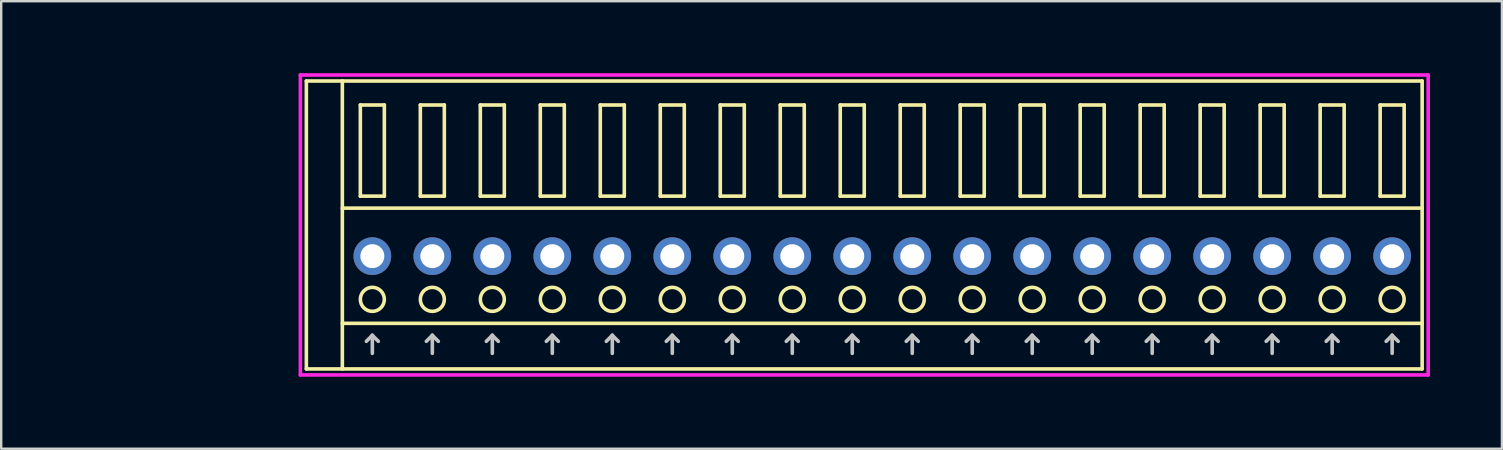
<source format=kicad_pcb>
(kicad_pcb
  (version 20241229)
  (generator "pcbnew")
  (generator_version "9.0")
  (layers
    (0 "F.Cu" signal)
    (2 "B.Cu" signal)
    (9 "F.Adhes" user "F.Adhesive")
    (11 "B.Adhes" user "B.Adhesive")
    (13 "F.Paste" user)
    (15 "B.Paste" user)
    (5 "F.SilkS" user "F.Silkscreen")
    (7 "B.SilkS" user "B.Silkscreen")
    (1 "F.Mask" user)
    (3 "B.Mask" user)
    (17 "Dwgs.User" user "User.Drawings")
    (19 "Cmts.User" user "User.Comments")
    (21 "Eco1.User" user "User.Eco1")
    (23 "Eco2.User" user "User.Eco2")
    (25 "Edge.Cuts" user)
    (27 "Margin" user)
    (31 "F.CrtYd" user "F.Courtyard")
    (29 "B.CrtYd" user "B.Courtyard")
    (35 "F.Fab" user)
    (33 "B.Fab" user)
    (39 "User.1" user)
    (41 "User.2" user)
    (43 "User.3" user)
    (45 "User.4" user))
  (footprint "COMBICON_HDR250P18"
    (layer "F.Cu")
    (at 33.717 7.625)
    (property "Reference" "COMBICON_HDR250P18" (at -25 0 0) (layer "User.1") (effects (font (size 1 1) (thickness 0.1))))
    (attr through_hole)
    (fp_line (start -24 -7.3) (end -24 4.7) (stroke (width 0.15) (type solid)) (layer "F.SilkS"))
    (fp_line (start -24 4.7) (end 22.5 4.7) (stroke (width 0.15) (type solid)) (layer "F.SilkS"))
    (fp_line (start -22.5 -2) (end 22.5 -2) (stroke (width 0.15) (type solid)) (layer "F.SilkS"))
    (fp_line (start -22.5 2.8) (end 22.5 2.8) (stroke (width 0.15) (type solid)) (layer "F.SilkS"))
    (fp_line (start -22.5 4.7) (end -22.5 -7.3) (stroke (width 0.15) (type solid)) (layer "F.SilkS"))
    (fp_line (start -21.75 -6.3) (end -21.75 -2.5) (stroke (width 0.15) (type solid)) (layer "F.SilkS"))
    (fp_line (start -21.75 -2.5) (end -20.75 -2.5) (stroke (width 0.15) (type solid)) (layer "F.SilkS"))
    (fp_line (start -20.75 -6.3) (end -21.75 -6.3) (stroke (width 0.15) (type solid)) (layer "F.SilkS"))
    (fp_line (start -20.75 -2.5) (end -20.75 -6.3) (stroke (width 0.15) (type solid)) (layer "F.SilkS"))
    (fp_line (start -19.25 -6.3) (end -19.25 -2.5) (stroke (width 0.15) (type solid)) (layer "F.SilkS"))
    (fp_line (start -19.25 -2.5) (end -18.25 -2.5) (stroke (width 0.15) (type solid)) (layer "F.SilkS"))
    (fp_line (start -18.25 -6.3) (end -19.25 -6.3) (stroke (width 0.15) (type solid)) (layer "F.SilkS"))
    (fp_line (start -18.25 -2.5) (end -18.25 -6.3) (stroke (width 0.15) (type solid)) (layer "F.SilkS"))
    (fp_line (start -16.75 -6.3) (end -16.75 -2.5) (stroke (width 0.15) (type solid)) (layer "F.SilkS"))
    (fp_line (start -16.75 -2.5) (end -15.75 -2.5) (stroke (width 0.15) (type solid)) (layer "F.SilkS"))
    (fp_line (start -15.75 -6.3) (end -16.75 -6.3) (stroke (width 0.15) (type solid)) (layer "F.SilkS"))
    (fp_line (start -15.75 -2.5) (end -15.75 -6.3) (stroke (width 0.15) (type solid)) (layer "F.SilkS"))
    (fp_line (start -14.25 -6.3) (end -14.25 -2.5) (stroke (width 0.15) (type solid)) (layer "F.SilkS"))
    (fp_line (start -14.25 -2.5) (end -13.25 -2.5) (stroke (width 0.15) (type solid)) (layer "F.SilkS"))
    (fp_line (start -13.25 -6.3) (end -14.25 -6.3) (stroke (width 0.15) (type solid)) (layer "F.SilkS"))
    (fp_line (start -13.25 -2.5) (end -13.25 -6.3) (stroke (width 0.15) (type solid)) (layer "F.SilkS"))
    (fp_line (start -11.75 -6.3) (end -11.75 -2.5) (stroke (width 0.15) (type solid)) (layer "F.SilkS"))
    (fp_line (start -11.75 -2.5) (end -10.75 -2.5) (stroke (width 0.15) (type solid)) (layer "F.SilkS"))
    (fp_line (start -10.75 -6.3) (end -11.75 -6.3) (stroke (width 0.15) (type solid)) (layer "F.SilkS"))
    (fp_line (start -10.75 -2.5) (end -10.75 -6.3) (stroke (width 0.15) (type solid)) (layer "F.SilkS"))
    (fp_line (start -9.25 -6.3) (end -9.25 -2.5) (stroke (width 0.15) (type solid)) (layer "F.SilkS"))
    (fp_line (start -9.25 -2.5) (end -8.25 -2.5) (stroke (width 0.15) (type solid)) (layer "F.SilkS"))
    (fp_line (start -8.25 -6.3) (end -9.25 -6.3) (stroke (width 0.15) (type solid)) (layer "F.SilkS"))
    (fp_line (start -8.25 -2.5) (end -8.25 -6.3) (stroke (width 0.15) (type solid)) (layer "F.SilkS"))
    (fp_line (start -6.75 -6.3) (end -6.75 -2.5) (stroke (width 0.15) (type solid)) (layer "F.SilkS"))
    (fp_line (start -6.75 -2.5) (end -5.75 -2.5) (stroke (width 0.15) (type solid)) (layer "F.SilkS"))
    (fp_line (start -5.75 -6.3) (end -6.75 -6.3) (stroke (width 0.15) (type solid)) (layer "F.SilkS"))
    (fp_line (start -5.75 -2.5) (end -5.75 -6.3) (stroke (width 0.15) (type solid)) (layer "F.SilkS"))
    (fp_line (start -4.25 -6.3) (end -4.25 -2.5) (stroke (width 0.15) (type solid)) (layer "F.SilkS"))
    (fp_line (start -4.25 -2.5) (end -3.25 -2.5) (stroke (width 0.15) (type solid)) (layer "F.SilkS"))
    (fp_line (start -3.25 -6.3) (end -4.25 -6.3) (stroke (width 0.15) (type solid)) (layer "F.SilkS"))
    (fp_line (start -3.25 -2.5) (end -3.25 -6.3) (stroke (width 0.15) (type solid)) (layer "F.SilkS"))
    (fp_line (start -1.75 -6.3) (end -1.75 -2.5) (stroke (width 0.15) (type solid)) (layer "F.SilkS"))
    (fp_line (start -1.75 -2.5) (end -0.75 -2.5) (stroke (width 0.15) (type solid)) (layer "F.SilkS"))
    (fp_line (start -0.75 -6.3) (end -1.75 -6.3) (stroke (width 0.15) (type solid)) (layer "F.SilkS"))
    (fp_line (start -0.75 -2.5) (end -0.75 -6.3) (stroke (width 0.15) (type solid)) (layer "F.SilkS"))
    (fp_line (start 0.75 -6.3) (end 0.75 -2.5) (stroke (width 0.15) (type solid)) (layer "F.SilkS"))
    (fp_line (start 0.75 -2.5) (end 1.75 -2.5) (stroke (width 0.15) (type solid)) (layer "F.SilkS"))
    (fp_line (start 1.75 -6.3) (end 0.75 -6.3) (stroke (width 0.15) (type solid)) (layer "F.SilkS"))
    (fp_line (start 1.75 -2.5) (end 1.75 -6.3) (stroke (width 0.15) (type solid)) (layer "F.SilkS"))
    (fp_line (start 3.25 -6.3) (end 3.25 -2.5) (stroke (width 0.15) (type solid)) (layer "F.SilkS"))
    (fp_line (start 3.25 -2.5) (end 4.25 -2.5) (stroke (width 0.15) (type solid)) (layer "F.SilkS"))
    (fp_line (start 4.25 -6.3) (end 3.25 -6.3) (stroke (width 0.15) (type solid)) (layer "F.SilkS"))
    (fp_line (start 4.25 -2.5) (end 4.25 -6.3) (stroke (width 0.15) (type solid)) (layer "F.SilkS"))
    (fp_line (start 5.75 -6.3) (end 5.75 -2.5) (stroke (width 0.15) (type solid)) (layer "F.SilkS"))
    (fp_line (start 5.75 -2.5) (end 6.75 -2.5) (stroke (width 0.15) (type solid)) (layer "F.SilkS"))
    (fp_line (start 6.75 -6.3) (end 5.75 -6.3) (stroke (width 0.15) (type solid)) (layer "F.SilkS"))
    (fp_line (start 6.75 -2.5) (end 6.75 -6.3) (stroke (width 0.15) (type solid)) (layer "F.SilkS"))
    (fp_line (start 8.25 -6.3) (end 8.25 -2.5) (stroke (width 0.15) (type solid)) (layer "F.SilkS"))
    (fp_line (start 8.25 -2.5) (end 9.25 -2.5) (stroke (width 0.15) (type solid)) (layer "F.SilkS"))
    (fp_line (start 9.25 -6.3) (end 8.25 -6.3) (stroke (width 0.15) (type solid)) (layer "F.SilkS"))
    (fp_line (start 9.25 -2.5) (end 9.25 -6.3) (stroke (width 0.15) (type solid)) (layer "F.SilkS"))
    (fp_line (start 10.75 -6.3) (end 10.75 -2.5) (stroke (width 0.15) (type solid)) (layer "F.SilkS"))
    (fp_line (start 10.75 -2.5) (end 11.75 -2.5) (stroke (width 0.15) (type solid)) (layer "F.SilkS"))
    (fp_line (start 11.75 -6.3) (end 10.75 -6.3) (stroke (width 0.15) (type solid)) (layer "F.SilkS"))
    (fp_line (start 11.75 -2.5) (end 11.75 -6.3) (stroke (width 0.15) (type solid)) (layer "F.SilkS"))
    (fp_line (start 13.25 -6.3) (end 13.25 -2.5) (stroke (width 0.15) (type solid)) (layer "F.SilkS"))
    (fp_line (start 13.25 -2.5) (end 14.25 -2.5) (stroke (width 0.15) (type solid)) (layer "F.SilkS"))
    (fp_line (start 14.25 -6.3) (end 13.25 -6.3) (stroke (width 0.15) (type solid)) (layer "F.SilkS"))
    (fp_line (start 14.25 -2.5) (end 14.25 -6.3) (stroke (width 0.15) (type solid)) (layer "F.SilkS"))
    (fp_line (start 15.75 -6.3) (end 15.75 -2.5) (stroke (width 0.15) (type solid)) (layer "F.SilkS"))
    (fp_line (start 15.75 -2.5) (end 16.75 -2.5) (stroke (width 0.15) (type solid)) (layer "F.SilkS"))
    (fp_line (start 16.75 -6.3) (end 15.75 -6.3) (stroke (width 0.15) (type solid)) (layer "F.SilkS"))
    (fp_line (start 16.75 -2.5) (end 16.75 -6.3) (stroke (width 0.15) (type solid)) (layer "F.SilkS"))
    (fp_line (start 18.25 -6.3) (end 18.25 -2.5) (stroke (width 0.15) (type solid)) (layer "F.SilkS"))
    (fp_line (start 18.25 -2.5) (end 19.25 -2.5) (stroke (width 0.15) (type solid)) (layer "F.SilkS"))
    (fp_line (start 19.25 -6.3) (end 18.25 -6.3) (stroke (width 0.15) (type solid)) (layer "F.SilkS"))
    (fp_line (start 19.25 -2.5) (end 19.25 -6.3) (stroke (width 0.15) (type solid)) (layer "F.SilkS"))
    (fp_line (start 20.75 -6.3) (end 20.75 -2.5) (stroke (width 0.15) (type solid)) (layer "F.SilkS"))
    (fp_line (start 20.75 -2.5) (end 21.75 -2.5) (stroke (width 0.15) (type solid)) (layer "F.SilkS"))
    (fp_line (start 21.75 -6.3) (end 20.75 -6.3) (stroke (width 0.15) (type solid)) (layer "F.SilkS"))
    (fp_line (start 21.75 -2.5) (end 21.75 -6.3) (stroke (width 0.15) (type solid)) (layer "F.SilkS"))
    (fp_line (start 22.5 -7.3) (end -24 -7.3) (stroke (width 0.15) (type solid)) (layer "F.SilkS"))
    (fp_line (start 22.5 4.7) (end 22.5 -7.3) (stroke (width 0.15) (type solid)) (layer "F.SilkS"))
    (fp_circle (center -21.25 1.8) (end -20.75 1.8) (stroke (width 0.15) (type solid)) (fill no) (layer "F.SilkS"))
    (fp_circle (center -18.75 1.8) (end -18.25 1.8) (stroke (width 0.15) (type solid)) (fill no) (layer "F.SilkS"))
    (fp_circle (center -16.25 1.8) (end -15.75 1.8) (stroke (width 0.15) (type solid)) (fill no) (layer "F.SilkS"))
    (fp_circle (center -13.75 1.8) (end -13.25 1.8) (stroke (width 0.15) (type solid)) (fill no) (layer "F.SilkS"))
    (fp_circle (center -11.25 1.8) (end -10.75 1.8) (stroke (width 0.15) (type solid)) (fill no) (layer "F.SilkS"))
    (fp_circle (center -8.75 1.8) (end -8.25 1.8) (stroke (width 0.15) (type solid)) (fill no) (layer "F.SilkS"))
    (fp_circle (center -6.25 1.8) (end -5.75 1.8) (stroke (width 0.15) (type solid)) (fill no) (layer "F.SilkS"))
    (fp_circle (center -3.75 1.8) (end -3.25 1.8) (stroke (width 0.15) (type solid)) (fill no) (layer "F.SilkS"))
    (fp_circle (center -1.25 1.8) (end -0.75 1.8) (stroke (width 0.15) (type solid)) (fill no) (layer "F.SilkS"))
    (fp_circle (center 1.25 1.8) (end 1.75 1.8) (stroke (width 0.15) (type solid)) (fill no) (layer "F.SilkS"))
    (fp_circle (center 3.75 1.8) (end 4.25 1.8) (stroke (width 0.15) (type solid)) (fill no) (layer "F.SilkS"))
    (fp_circle (center 6.25 1.8) (end 6.75 1.8) (stroke (width 0.15) (type solid)) (fill no) (layer "F.SilkS"))
    (fp_circle (center 8.75 1.8) (end 9.25 1.8) (stroke (width 0.15) (type solid)) (fill no) (layer "F.SilkS"))
    (fp_circle (center 11.25 1.8) (end 11.75 1.8) (stroke (width 0.15) (type solid)) (fill no) (layer "F.SilkS"))
    (fp_circle (center 13.75 1.8) (end 14.25 1.8) (stroke (width 0.15) (type solid)) (fill no) (layer "F.SilkS"))
    (fp_circle (center 16.25 1.8) (end 16.75 1.8) (stroke (width 0.15) (type solid)) (fill no) (layer "F.SilkS"))
    (fp_circle (center 18.75 1.8) (end 19.25 1.8) (stroke (width 0.15) (type solid)) (fill no) (layer "F.SilkS"))
    (fp_circle (center 21.25 1.8) (end 21.75 1.8) (stroke (width 0.15) (type solid)) (fill no) (layer "F.SilkS"))
    (fp_line (start -21.5 3.55) (end -21.25 3.3) (stroke (width 0.15) (type solid)) (layer "Dwgs.User"))
    (fp_line (start -21.25 4.05) (end -21.25 3.3) (stroke (width 0.15) (type solid)) (layer "Dwgs.User"))
    (fp_line (start -21 3.55) (end -21.25 3.3) (stroke (width 0.15) (type solid)) (layer "Dwgs.User"))
    (fp_line (start -19 3.55) (end -18.75 3.3) (stroke (width 0.15) (type solid)) (layer "Dwgs.User"))
    (fp_line (start -18.75 4.05) (end -18.75 3.3) (stroke (width 0.15) (type solid)) (layer "Dwgs.User"))
    (fp_line (start -18.5 3.55) (end -18.75 3.3) (stroke (width 0.15) (type solid)) (layer "Dwgs.User"))
    (fp_line (start -16.5 3.55) (end -16.25 3.3) (stroke (width 0.15) (type solid)) (layer "Dwgs.User"))
    (fp_line (start -16.25 4.05) (end -16.25 3.3) (stroke (width 0.15) (type solid)) (layer "Dwgs.User"))
    (fp_line (start -16 3.55) (end -16.25 3.3) (stroke (width 0.15) (type solid)) (layer "Dwgs.User"))
    (fp_line (start -14 3.55) (end -13.75 3.3) (stroke (width 0.15) (type solid)) (layer "Dwgs.User"))
    (fp_line (start -13.75 4.05) (end -13.75 3.3) (stroke (width 0.15) (type solid)) (layer "Dwgs.User"))
    (fp_line (start -13.5 3.55) (end -13.75 3.3) (stroke (width 0.15) (type solid)) (layer "Dwgs.User"))
    (fp_line (start -11.5 3.55) (end -11.25 3.3) (stroke (width 0.15) (type solid)) (layer "Dwgs.User"))
    (fp_line (start -11.25 4.05) (end -11.25 3.3) (stroke (width 0.15) (type solid)) (layer "Dwgs.User"))
    (fp_line (start -11 3.55) (end -11.25 3.3) (stroke (width 0.15) (type solid)) (layer "Dwgs.User"))
    (fp_line (start -9 3.55) (end -8.75 3.3) (stroke (width 0.15) (type solid)) (layer "Dwgs.User"))
    (fp_line (start -8.75 4.05) (end -8.75 3.3) (stroke (width 0.15) (type solid)) (layer "Dwgs.User"))
    (fp_line (start -8.5 3.55) (end -8.75 3.3) (stroke (width 0.15) (type solid)) (layer "Dwgs.User"))
    (fp_line (start -6.5 3.55) (end -6.25 3.3) (stroke (width 0.15) (type solid)) (layer "Dwgs.User"))
    (fp_line (start -6.25 4.05) (end -6.25 3.3) (stroke (width 0.15) (type solid)) (layer "Dwgs.User"))
    (fp_line (start -6 3.55) (end -6.25 3.3) (stroke (width 0.15) (type solid)) (layer "Dwgs.User"))
    (fp_line (start -4 3.55) (end -3.75 3.3) (stroke (width 0.15) (type solid)) (layer "Dwgs.User"))
    (fp_line (start -3.75 4.05) (end -3.75 3.3) (stroke (width 0.15) (type solid)) (layer "Dwgs.User"))
    (fp_line (start -3.5 3.55) (end -3.75 3.3) (stroke (width 0.15) (type solid)) (layer "Dwgs.User"))
    (fp_line (start -1.5 3.55) (end -1.25 3.3) (stroke (width 0.15) (type solid)) (layer "Dwgs.User"))
    (fp_line (start -1.25 4.05) (end -1.25 3.3) (stroke (width 0.15) (type solid)) (layer "Dwgs.User"))
    (fp_line (start -1 3.55) (end -1.25 3.3) (stroke (width 0.15) (type solid)) (layer "Dwgs.User"))
    (fp_line (start 1 3.55) (end 1.25 3.3) (stroke (width 0.15) (type solid)) (layer "Dwgs.User"))
    (fp_line (start 1.25 4.05) (end 1.25 3.3) (stroke (width 0.15) (type solid)) (layer "Dwgs.User"))
    (fp_line (start 1.5 3.55) (end 1.25 3.3) (stroke (width 0.15) (type solid)) (layer "Dwgs.User"))
    (fp_line (start 3.5 3.55) (end 3.75 3.3) (stroke (width 0.15) (type solid)) (layer "Dwgs.User"))
    (fp_line (start 3.75 4.05) (end 3.75 3.3) (stroke (width 0.15) (type solid)) (layer "Dwgs.User"))
    (fp_line (start 4 3.55) (end 3.75 3.3) (stroke (width 0.15) (type solid)) (layer "Dwgs.User"))
    (fp_line (start 6 3.55) (end 6.25 3.3) (stroke (width 0.15) (type solid)) (layer "Dwgs.User"))
    (fp_line (start 6.25 4.05) (end 6.25 3.3) (stroke (width 0.15) (type solid)) (layer "Dwgs.User"))
    (fp_line (start 6.5 3.55) (end 6.25 3.3) (stroke (width 0.15) (type solid)) (layer "Dwgs.User"))
    (fp_line (start 8.5 3.55) (end 8.75 3.3) (stroke (width 0.15) (type solid)) (layer "Dwgs.User"))
    (fp_line (start 8.75 4.05) (end 8.75 3.3) (stroke (width 0.15) (type solid)) (layer "Dwgs.User"))
    (fp_line (start 9 3.55) (end 8.75 3.3) (stroke (width 0.15) (type solid)) (layer "Dwgs.User"))
    (fp_line (start 11 3.55) (end 11.25 3.3) (stroke (width 0.15) (type solid)) (layer "Dwgs.User"))
    (fp_line (start 11.25 4.05) (end 11.25 3.3) (stroke (width 0.15) (type solid)) (layer "Dwgs.User"))
    (fp_line (start 11.5 3.55) (end 11.25 3.3) (stroke (width 0.15) (type solid)) (layer "Dwgs.User"))
    (fp_line (start 13.5 3.55) (end 13.75 3.3) (stroke (width 0.15) (type solid)) (layer "Dwgs.User"))
    (fp_line (start 13.75 4.05) (end 13.75 3.3) (stroke (width 0.15) (type solid)) (layer "Dwgs.User"))
    (fp_line (start 14 3.55) (end 13.75 3.3) (stroke (width 0.15) (type solid)) (layer "Dwgs.User"))
    (fp_line (start 16 3.55) (end 16.25 3.3) (stroke (width 0.15) (type solid)) (layer "Dwgs.User"))
    (fp_line (start 16.25 4.05) (end 16.25 3.3) (stroke (width 0.15) (type solid)) (layer "Dwgs.User"))
    (fp_line (start 16.5 3.55) (end 16.25 3.3) (stroke (width 0.15) (type solid)) (layer "Dwgs.User"))
    (fp_line (start 18.5 3.55) (end 18.75 3.3) (stroke (width 0.15) (type solid)) (layer "Dwgs.User"))
    (fp_line (start 18.75 4.05) (end 18.75 3.3) (stroke (width 0.15) (type solid)) (layer "Dwgs.User"))
    (fp_line (start 19 3.55) (end 18.75 3.3) (stroke (width 0.15) (type solid)) (layer "Dwgs.User"))
    (fp_line (start 21 3.55) (end 21.25 3.3) (stroke (width 0.15) (type solid)) (layer "Dwgs.User"))
    (fp_line (start 21.25 4.05) (end 21.25 3.3) (stroke (width 0.15) (type solid)) (layer "Dwgs.User"))
    (fp_line (start 21.5 3.55) (end 21.25 3.3) (stroke (width 0.15) (type solid)) (layer "Dwgs.User"))
    (fp_line (start -24.25 -7.55) (end -24.25 4.95) (stroke (width 0.15) (type solid)) (layer "F.CrtYd"))
    (fp_line (start -24.25 4.95) (end 22.75 4.95) (stroke (width 0.15) (type solid)) (layer "F.CrtYd"))
    (fp_line (start 22.75 -7.55) (end -24.25 -7.55) (stroke (width 0.15) (type solid)) (layer "F.CrtYd"))
    (fp_line (start 22.75 4.95) (end 22.75 -7.55) (stroke (width 0.15) (type solid)) (layer "F.CrtYd"))
    (pad "1" thru_hole oval (at -21.25 0) (size 1.57 1.57) (drill 1) (layers "*.Cu" "*.Mask"))
    (pad "2" thru_hole oval (at -18.75 0) (size 1.57 1.57) (drill 1) (layers "*.Cu" "*.Mask"))
    (pad "3" thru_hole oval (at -16.25 0) (size 1.57 1.57) (drill 1) (layers "*.Cu" "*.Mask"))
    (pad "4" thru_hole oval (at -13.75 0) (size 1.57 1.57) (drill 1) (layers "*.Cu" "*.Mask"))
    (pad "5" thru_hole oval (at -11.25 0) (size 1.57 1.57) (drill 1) (layers "*.Cu" "*.Mask"))
    (pad "6" thru_hole oval (at -8.75 0) (size 1.57 1.57) (drill 1) (layers "*.Cu" "*.Mask"))
    (pad "7" thru_hole oval (at -6.25 0) (size 1.57 1.57) (drill 1) (layers "*.Cu" "*.Mask"))
    (pad "8" thru_hole oval (at -3.75 0) (size 1.57 1.57) (drill 1) (layers "*.Cu" "*.Mask"))
    (pad "9" thru_hole oval (at -1.25 0) (size 1.57 1.57) (drill 1) (layers "*.Cu" "*.Mask"))
    (pad "10" thru_hole oval (at 1.25 0) (size 1.57 1.57) (drill 1) (layers "*.Cu" "*.Mask"))
    (pad "11" thru_hole oval (at 3.75 0) (size 1.57 1.57) (drill 1) (layers "*.Cu" "*.Mask"))
    (pad "12" thru_hole oval (at 6.25 0) (size 1.57 1.57) (drill 1) (layers "*.Cu" "*.Mask"))
    (pad "13" thru_hole oval (at 8.75 0) (size 1.57 1.57) (drill 1) (layers "*.Cu" "*.Mask"))
    (pad "14" thru_hole oval (at 11.25 0) (size 1.57 1.57) (drill 1) (layers "*.Cu" "*.Mask"))
    (pad "15" thru_hole oval (at 13.75 0) (size 1.57 1.57) (drill 1) (layers "*.Cu" "*.Mask"))
    (pad "16" thru_hole oval (at 16.25 0) (size 1.57 1.57) (drill 1) (layers "*.Cu" "*.Mask"))
    (pad "17" thru_hole oval (at 18.75 0) (size 1.57 1.57) (drill 1) (layers "*.Cu" "*.Mask"))
    (pad "18" thru_hole oval (at 21.25 0) (size 1.57 1.57) (drill 1) (layers "*.Cu" "*.Mask")))
  (gr_rect
    (start -3 -3)
    (end 59.542 15.65)
    (stroke (width 0.1) (type default))
    (fill no)
    (layer "Edge.Cuts")))
</source>
